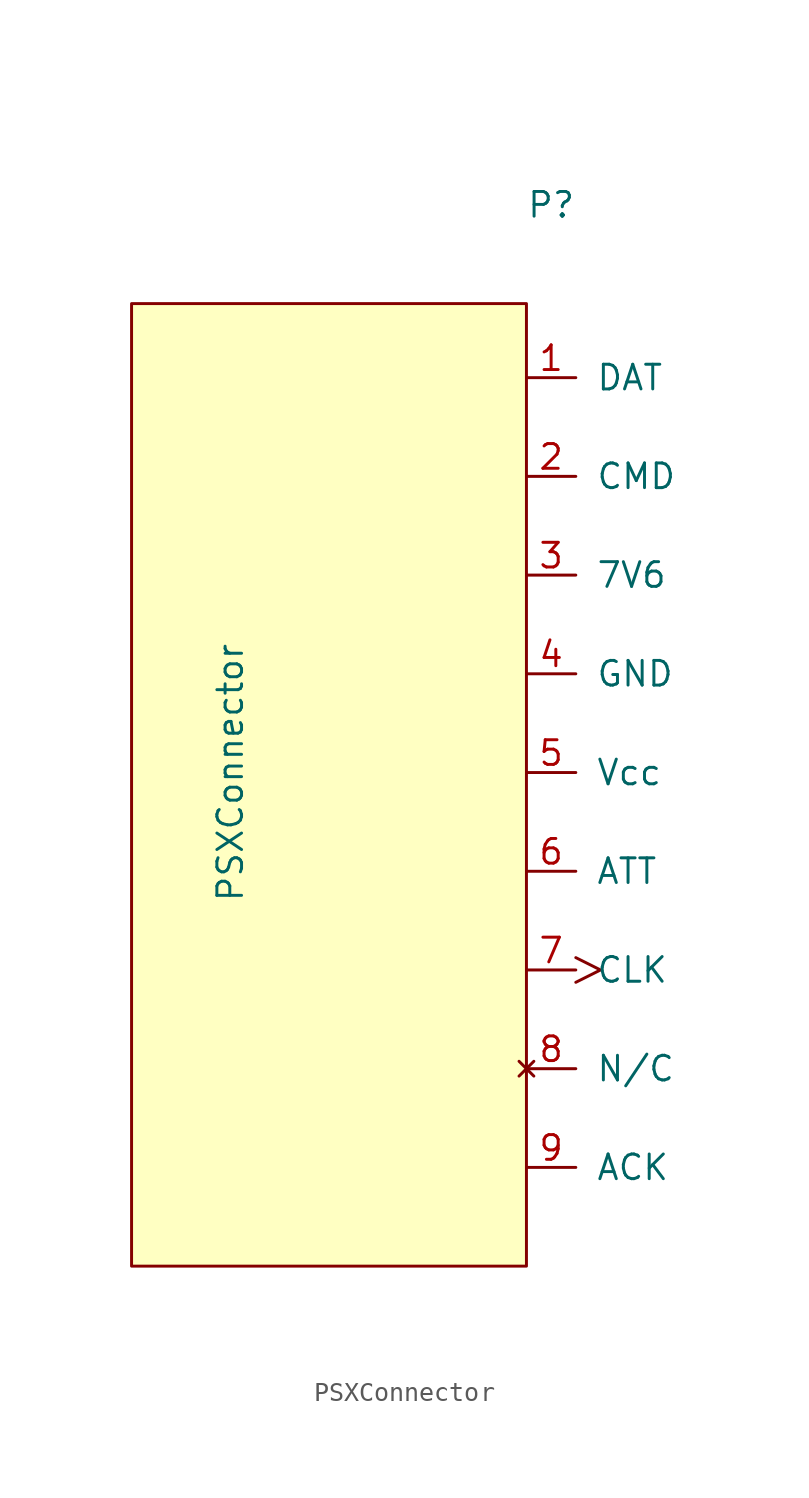
<source format=kicad_sym>
(kicad_symbol_lib
  (version 20241209)
  (generator "kicad_symbol_editor")
  (generator_version "9.0")
  (symbol "PSXConnector"
    (pin_names
      (offset 1.016))
    (property "Reference" "P"
      (at 1.27 -1.27 0)
      (effects (font (size 1.27 1.27))))
    (property "Value" "PSXConnector"
      (at -15.24 -30.48 90)
      (effects (font (size 1.27 1.27))))
    (symbol "PSXConnector_0_1"
      (rectangle (start -20.32 -6.35) (end 0 -55.88) (stroke (width 0) (type solid)) (fill (type background))))
    (symbol "PSXConnector_1_1"
      (pin output line (at 0 -10.16 0) (length 2.54) (name "DAT" (effects (font (size 1.27 1.27)))) (number "1" (effects (font (size 1.27 1.27)))))
      (pin input line (at 0 -15.24 0) (length 2.54) (name "CMD" (effects (font (size 1.27 1.27)))) (number "2" (effects (font (size 1.27 1.27)))))
      (pin power_in line (at 0 -20.32 0) (length 2.54) (name "7V6" (effects (font (size 1.27 1.27)))) (number "3" (effects (font (size 1.27 1.27)))))
      (pin power_out line (at 0 -25.4 0) (length 2.54) (name "GND" (effects (font (size 1.27 1.27)))) (number "4" (effects (font (size 1.27 1.27)))))
      (pin power_in line (at 0 -30.48 0) (length 2.54) (name "Vcc" (effects (font (size 1.27 1.27)))) (number "5" (effects (font (size 1.27 1.27)))))
      (pin output line (at 0 -35.56 0) (length 2.54) (name "ATT" (effects (font (size 1.27 1.27)))) (number "6" (effects (font (size 1.27 1.27)))))
      (pin input clock (at 0 -40.64 0) (length 2.54) (name "CLK" (effects (font (size 1.27 1.27)))) (number "7" (effects (font (size 1.27 1.27)))))
      (pin no_connect line (at 0 -45.72 0) (length 2.54) (name "N/C" (effects (font (size 1.27 1.27)))) (number "8" (effects (font (size 1.27 1.27)))))
      (pin output line (at 0 -50.8 0) (length 2.54) (name "ACK" (effects (font (size 1.27 1.27)))) (number "9" (effects (font (size 1.27 1.27))))))))
</source>
